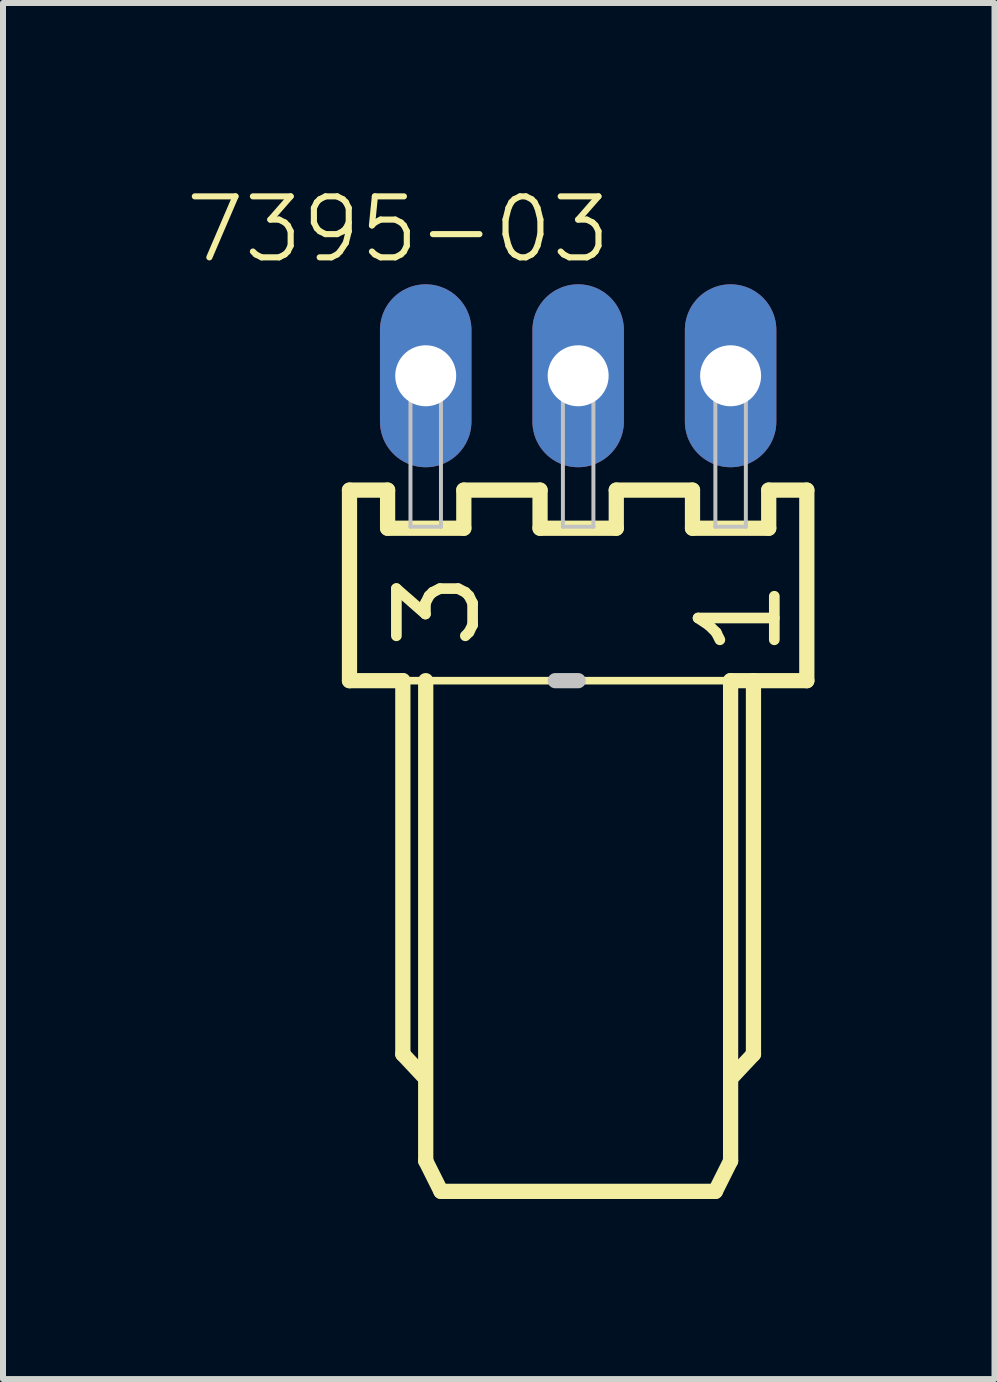
<source format=kicad_pcb>
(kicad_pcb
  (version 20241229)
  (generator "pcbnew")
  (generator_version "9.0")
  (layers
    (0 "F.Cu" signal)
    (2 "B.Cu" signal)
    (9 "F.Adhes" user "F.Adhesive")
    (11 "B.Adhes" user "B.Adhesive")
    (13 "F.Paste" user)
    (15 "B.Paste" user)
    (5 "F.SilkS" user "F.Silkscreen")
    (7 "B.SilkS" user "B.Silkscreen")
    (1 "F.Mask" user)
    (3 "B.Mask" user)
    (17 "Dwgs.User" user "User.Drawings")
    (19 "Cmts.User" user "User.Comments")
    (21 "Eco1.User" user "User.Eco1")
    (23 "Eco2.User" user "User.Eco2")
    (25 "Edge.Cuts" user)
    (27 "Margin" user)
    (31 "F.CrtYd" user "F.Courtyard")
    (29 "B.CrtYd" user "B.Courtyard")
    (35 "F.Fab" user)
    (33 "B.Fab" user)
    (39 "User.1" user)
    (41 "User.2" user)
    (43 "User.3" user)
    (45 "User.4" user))
  (footprint "7395-03"
    (layer "F.Cu")
    (at 6.583 3.211)
    (property "Reference" "7395-03" (at -3 -2.438 180) (layer "F.SilkS") (effects (font (size 1.016 1.016) (thickness 0.102))))
    (attr exclude_from_pos_files exclude_from_bom)
    (fp_line (start -3.81 1.905) (end -3.81 5.08) (stroke (width 0.254) (type solid)) (layer "F.SilkS"))
    (fp_line (start -3.81 5.08) (end -2.921 5.08) (stroke (width 0.254) (type solid)) (layer "F.SilkS"))
    (fp_line (start -3.175 1.905) (end -3.81 1.905) (stroke (width 0.254) (type solid)) (layer "F.SilkS"))
    (fp_line (start -3.175 2.54) (end -3.175 1.905) (stroke (width 0.254) (type solid)) (layer "F.SilkS"))
    (fp_line (start -2.921 5.08) (end -2.921 11.303) (stroke (width 0.254) (type solid)) (layer "F.SilkS"))
    (fp_line (start -2.921 5.08) (end -2.54 5.08) (stroke (width 0.127) (type solid)) (layer "F.SilkS"))
    (fp_line (start -2.921 11.303) (end -2.588 11.659) (stroke (width 0.254) (type solid)) (layer "F.SilkS"))
    (fp_line (start -2.54 5.08) (end -2.54 13.081) (stroke (width 0.254) (type solid)) (layer "F.SilkS"))
    (fp_line (start -2.54 5.08) (end 2.54 5.08) (stroke (width 0.127) (type solid)) (layer "F.SilkS"))
    (fp_line (start -2.54 13.081) (end -2.286 13.589) (stroke (width 0.254) (type solid)) (layer "F.SilkS"))
    (fp_line (start -1.905 1.905) (end -1.905 2.54) (stroke (width 0.254) (type solid)) (layer "F.SilkS"))
    (fp_line (start -1.905 2.54) (end -3.175 2.54) (stroke (width 0.254) (type solid)) (layer "F.SilkS"))
    (fp_line (start -0.635 1.905) (end -1.905 1.905) (stroke (width 0.254) (type solid)) (layer "F.SilkS"))
    (fp_line (start -0.635 2.54) (end -0.635 1.905) (stroke (width 0.254) (type solid)) (layer "F.SilkS"))
    (fp_line (start 0.635 1.905) (end 0.635 2.54) (stroke (width 0.254) (type solid)) (layer "F.SilkS"))
    (fp_line (start 0.635 2.54) (end -0.635 2.54) (stroke (width 0.254) (type solid)) (layer "F.SilkS"))
    (fp_line (start 1.905 1.905) (end 0.635 1.905) (stroke (width 0.254) (type solid)) (layer "F.SilkS"))
    (fp_line (start 1.905 2.54) (end 1.905 1.905) (stroke (width 0.254) (type solid)) (layer "F.SilkS"))
    (fp_line (start 2.286 13.589) (end -2.286 13.589) (stroke (width 0.254) (type solid)) (layer "F.SilkS"))
    (fp_line (start 2.54 5.08) (end 2.54 13.081) (stroke (width 0.254) (type solid)) (layer "F.SilkS"))
    (fp_line (start 2.54 5.08) (end 2.921 5.08) (stroke (width 0.254) (type solid)) (layer "F.SilkS"))
    (fp_line (start 2.54 13.081) (end 2.286 13.589) (stroke (width 0.254) (type solid)) (layer "F.SilkS"))
    (fp_line (start 2.921 5.08) (end 2.921 11.303) (stroke (width 0.254) (type solid)) (layer "F.SilkS"))
    (fp_line (start 2.921 5.08) (end 3.81 5.08) (stroke (width 0.254) (type solid)) (layer "F.SilkS"))
    (fp_line (start 2.921 11.303) (end 2.588 11.659) (stroke (width 0.254) (type solid)) (layer "F.SilkS"))
    (fp_line (start 3.175 1.905) (end 3.175 2.54) (stroke (width 0.254) (type solid)) (layer "F.SilkS"))
    (fp_line (start 3.175 2.54) (end 1.905 2.54) (stroke (width 0.254) (type solid)) (layer "F.SilkS"))
    (fp_line (start 3.81 1.905) (end 3.175 1.905) (stroke (width 0.254) (type solid)) (layer "F.SilkS"))
    (fp_line (start 3.81 5.08) (end 3.81 1.905) (stroke (width 0.254) (type solid)) (layer "F.SilkS"))
    (fp_line (start -2.794 -0.254) (end -2.286 -0.254) (stroke (width 0.066) (type solid)) (layer "Dwgs.User"))
    (fp_line (start -2.794 0.254) (end -2.794 -0.254) (stroke (width 0.066) (type solid)) (layer "Dwgs.User"))
    (fp_line (start -2.794 0.254) (end -2.286 0.254) (stroke (width 0.066) (type solid)) (layer "Dwgs.User"))
    (fp_line (start -2.794 0.279) (end -2.286 0.279) (stroke (width 0.066) (type solid)) (layer "Dwgs.User"))
    (fp_line (start -2.794 2.515) (end -2.794 0.279) (stroke (width 0.066) (type solid)) (layer "Dwgs.User"))
    (fp_line (start -2.794 2.515) (end -2.286 2.515) (stroke (width 0.066) (type solid)) (layer "Dwgs.User"))
    (fp_line (start -2.286 0.254) (end -2.286 -0.254) (stroke (width 0.066) (type solid)) (layer "Dwgs.User"))
    (fp_line (start -2.286 2.515) (end -2.286 0.279) (stroke (width 0.066) (type solid)) (layer "Dwgs.User"))
    (fp_line (start -0.254 -0.254) (end 0.254 -0.254) (stroke (width 0.066) (type solid)) (layer "Dwgs.User"))
    (fp_line (start -0.254 0.254) (end -0.254 -0.254) (stroke (width 0.066) (type solid)) (layer "Dwgs.User"))
    (fp_line (start -0.254 0.254) (end 0.254 0.254) (stroke (width 0.066) (type solid)) (layer "Dwgs.User"))
    (fp_line (start -0.254 0.279) (end 0.254 0.279) (stroke (width 0.066) (type solid)) (layer "Dwgs.User"))
    (fp_line (start -0.254 2.515) (end -0.254 0.279) (stroke (width 0.066) (type solid)) (layer "Dwgs.User"))
    (fp_line (start -0.254 2.515) (end 0.254 2.515) (stroke (width 0.066) (type solid)) (layer "Dwgs.User"))
    (fp_line (start 0 5.08) (end -0.381 5.08) (stroke (width 0.254) (type solid)) (layer "Dwgs.User"))
    (fp_line (start 0.254 0.254) (end 0.254 -0.254) (stroke (width 0.066) (type solid)) (layer "Dwgs.User"))
    (fp_line (start 0.254 2.515) (end 0.254 0.279) (stroke (width 0.066) (type solid)) (layer "Dwgs.User"))
    (fp_line (start 2.286 -0.254) (end 2.794 -0.254) (stroke (width 0.066) (type solid)) (layer "Dwgs.User"))
    (fp_line (start 2.286 0.254) (end 2.286 -0.254) (stroke (width 0.066) (type solid)) (layer "Dwgs.User"))
    (fp_line (start 2.286 0.254) (end 2.794 0.254) (stroke (width 0.066) (type solid)) (layer "Dwgs.User"))
    (fp_line (start 2.286 0.279) (end 2.794 0.279) (stroke (width 0.066) (type solid)) (layer "Dwgs.User"))
    (fp_line (start 2.286 2.515) (end 2.286 0.279) (stroke (width 0.066) (type solid)) (layer "Dwgs.User"))
    (fp_line (start 2.286 2.515) (end 2.794 2.515) (stroke (width 0.066) (type solid)) (layer "Dwgs.User"))
    (fp_line (start 2.794 0.254) (end 2.794 -0.254) (stroke (width 0.066) (type solid)) (layer "Dwgs.User"))
    (fp_line (start 2.794 2.515) (end 2.794 0.279) (stroke (width 0.066) (type solid)) (layer "Dwgs.User"))
    (fp_text user "1" (at 2.69 4.036 270) (layer "F.SilkS") (effects (font (size 1.27 1.27) (thickness 0.178))))
    (fp_text user "3" (at -2.337 3.909 270) (layer "F.SilkS") (effects (font (size 1.27 1.27) (thickness 0.178))))
    (pad "1" thru_hole oval (at 2.54 0 180) (size 1.524 3.048) (drill 1.016) (layers "*.Cu" "*.Paste" "*.Mask"))
    (pad "2" thru_hole oval (at 0 0 180) (size 1.524 3.048) (drill 1.016) (layers "*.Cu" "*.Paste" "*.Mask"))
    (pad "3" thru_hole oval (at -2.54 0 180) (size 1.524 3.048) (drill 1.016) (layers "*.Cu" "*.Paste" "*.Mask")))
  (gr_rect
    (start -3 -3)
    (end 13.52 19.927)
    (stroke (width 0.1) (type default))
    (fill no)
    (layer "Edge.Cuts")))
</source>
